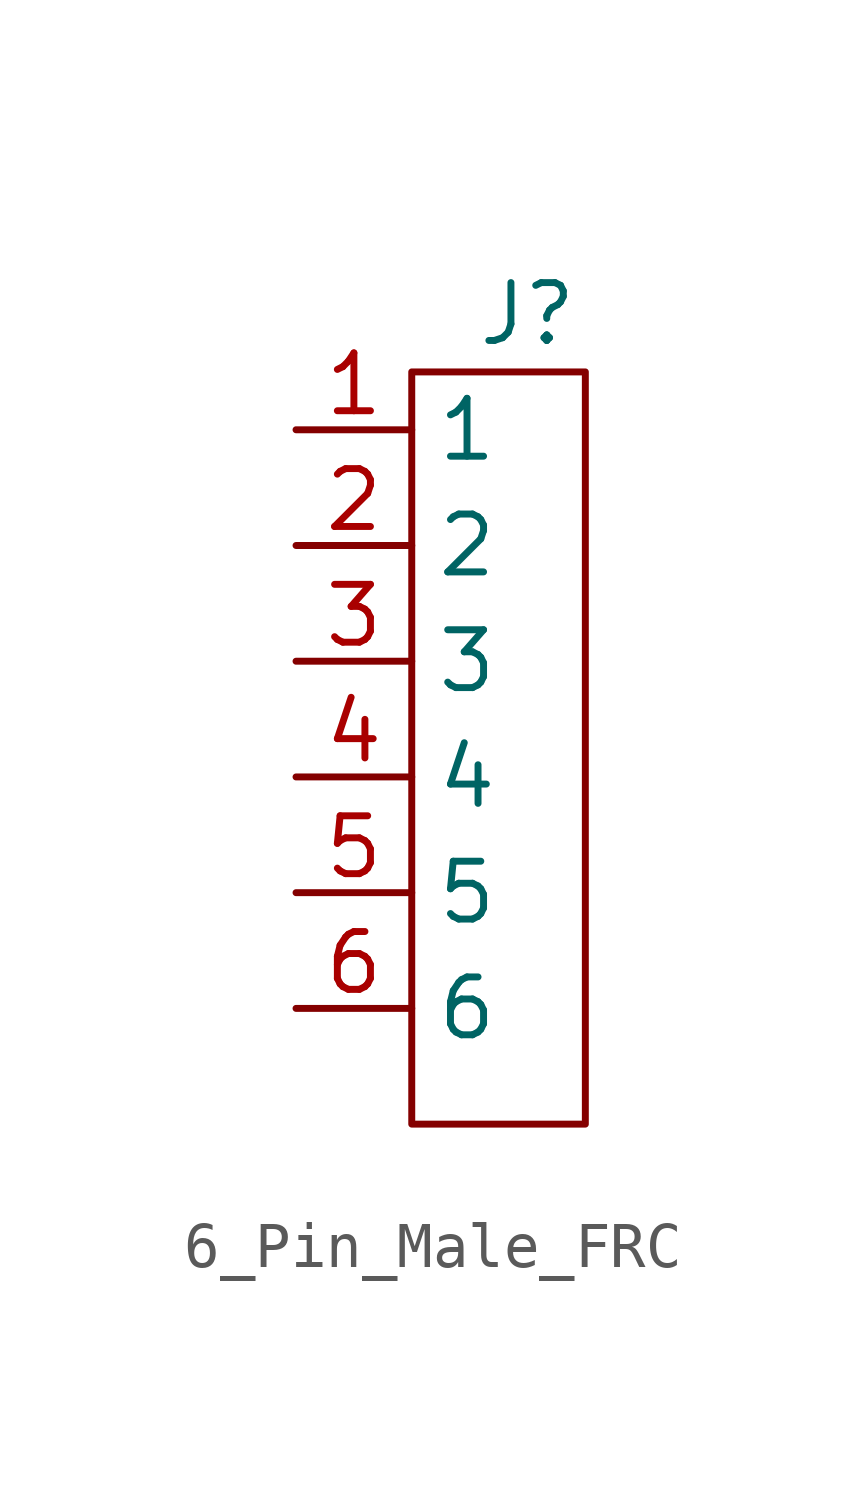
<source format=kicad_sym>
(kicad_symbol_lib
  (version 20231120)
  (generator "kicad_symbol_editor")
  (generator_version "8.0")
  (symbol "6_Pin_Male_FRC"
    (property "Reference" "J"
      (at 0 0 0)
      (effects (font (size 1.27 1.27))))
    (property "Value" ""
      (at 0 0 0)
      (effects (font (size 1.27 1.27))))
    (symbol "6_Pin_Male_FRC_1_1"
      (text_box "" (at -2.54 -1.27 90) (size 3.81 -16.51) (stroke (width 0) (type default)) (fill (type none)) (effects (font (size 1.27 1.27)) (justify left top)))
      (pin input line (at -5.08 -2.54 0) (length 2.54) (name "1" (effects (font (size 1.27 1.27)))) (number "1" (effects (font (size 1.27 1.27)))))
      (pin input line (at -5.08 -5.08 0) (length 2.54) (name "2" (effects (font (size 1.27 1.27)))) (number "2" (effects (font (size 1.27 1.27)))))
      (pin input line (at -5.08 -7.62 0) (length 2.54) (name "3" (effects (font (size 1.27 1.27)))) (number "3" (effects (font (size 1.27 1.27)))))
      (pin input line (at -5.08 -10.16 0) (length 2.54) (name "4" (effects (font (size 1.27 1.27)))) (number "4" (effects (font (size 1.27 1.27)))))
      (pin input line (at -5.08 -12.7 0) (length 2.54) (name "5" (effects (font (size 1.27 1.27)))) (number "5" (effects (font (size 1.27 1.27)))))
      (pin input line (at -5.08 -15.24 0) (length 2.54) (name "6" (effects (font (size 1.27 1.27)))) (number "6" (effects (font (size 1.27 1.27))))))))
</source>
